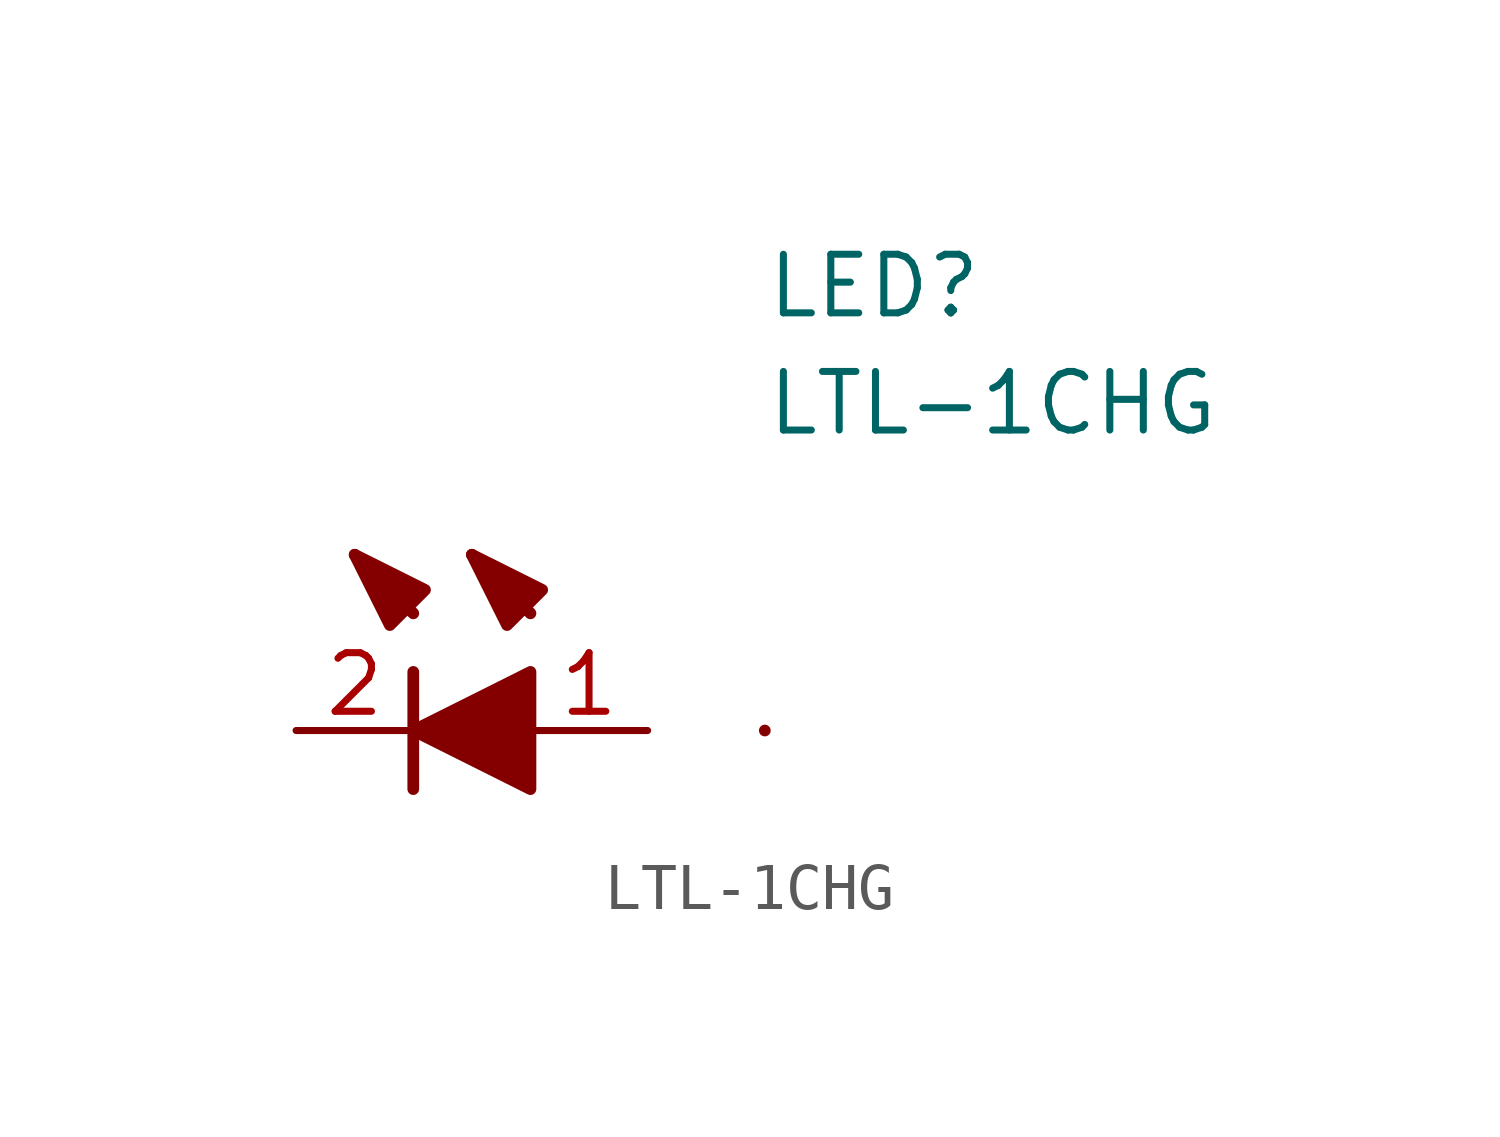
<source format=kicad_sym>
(kicad_symbol_lib
  (version 20231120)
  (generator "kicad_symbol_editor")
  (generator_version "8.0")
  (symbol "LTL-1CHG"
    (pin_names hide)
    (property "Reference" "LED"
      (at 12.7 8.89 0)
      (effects (font (size 1.27 1.27)) (justify left bottom)))
    (property "Value" "LTL-1CHG"
      (at 12.7 6.35 0)
      (effects (font (size 1.27 1.27)) (justify left bottom)))
    (symbol "LTL-1CHG_1_1"
      (polyline (pts (xy 5.08 0) (xy 5.08 0)) (stroke (width 0.254) (type default)) (fill (type none)))
      (polyline (pts (xy 5.08 1.27) (xy 5.08 -1.27)) (stroke (width 0.254) (type default)) (fill (type none)))
      (polyline (pts (xy 5.08 2.54) (xy 3.81 3.81)) (stroke (width 0.254) (type default)) (fill (type none)))
      (polyline (pts (xy 7.62 2.54) (xy 6.35 3.81)) (stroke (width 0.254) (type default)) (fill (type none)))
      (polyline (pts (xy 12.7 0) (xy 12.7 0)) (stroke (width 0.254) (type default)) (fill (type none)))
      (polyline (pts (xy 5.08 0) (xy 7.62 1.27) (xy 7.62 -1.27) (xy 5.08 0)) (stroke (width 0.254) (type default)) (fill (type outline)))
      (polyline (pts (xy 5.334 3.048) (xy 4.572 2.286) (xy 3.81 3.81) (xy 5.334 3.048)) (stroke (width 0.254) (type default)) (fill (type outline)))
      (polyline (pts (xy 7.874 3.048) (xy 7.112 2.286) (xy 6.35 3.81) (xy 7.874 3.048)) (stroke (width 0.254) (type default)) (fill (type outline)))
      (pin passive line (at 10.16 0 180) (length 2.54) (name "A" (effects (font (size 1.27 1.27)))) (number "1" (effects (font (size 1.27 1.27)))))
      (pin passive line (at 2.54 0 0) (length 2.54) (name "K" (effects (font (size 1.27 1.27)))) (number "2" (effects (font (size 1.27 1.27))))))))
</source>
